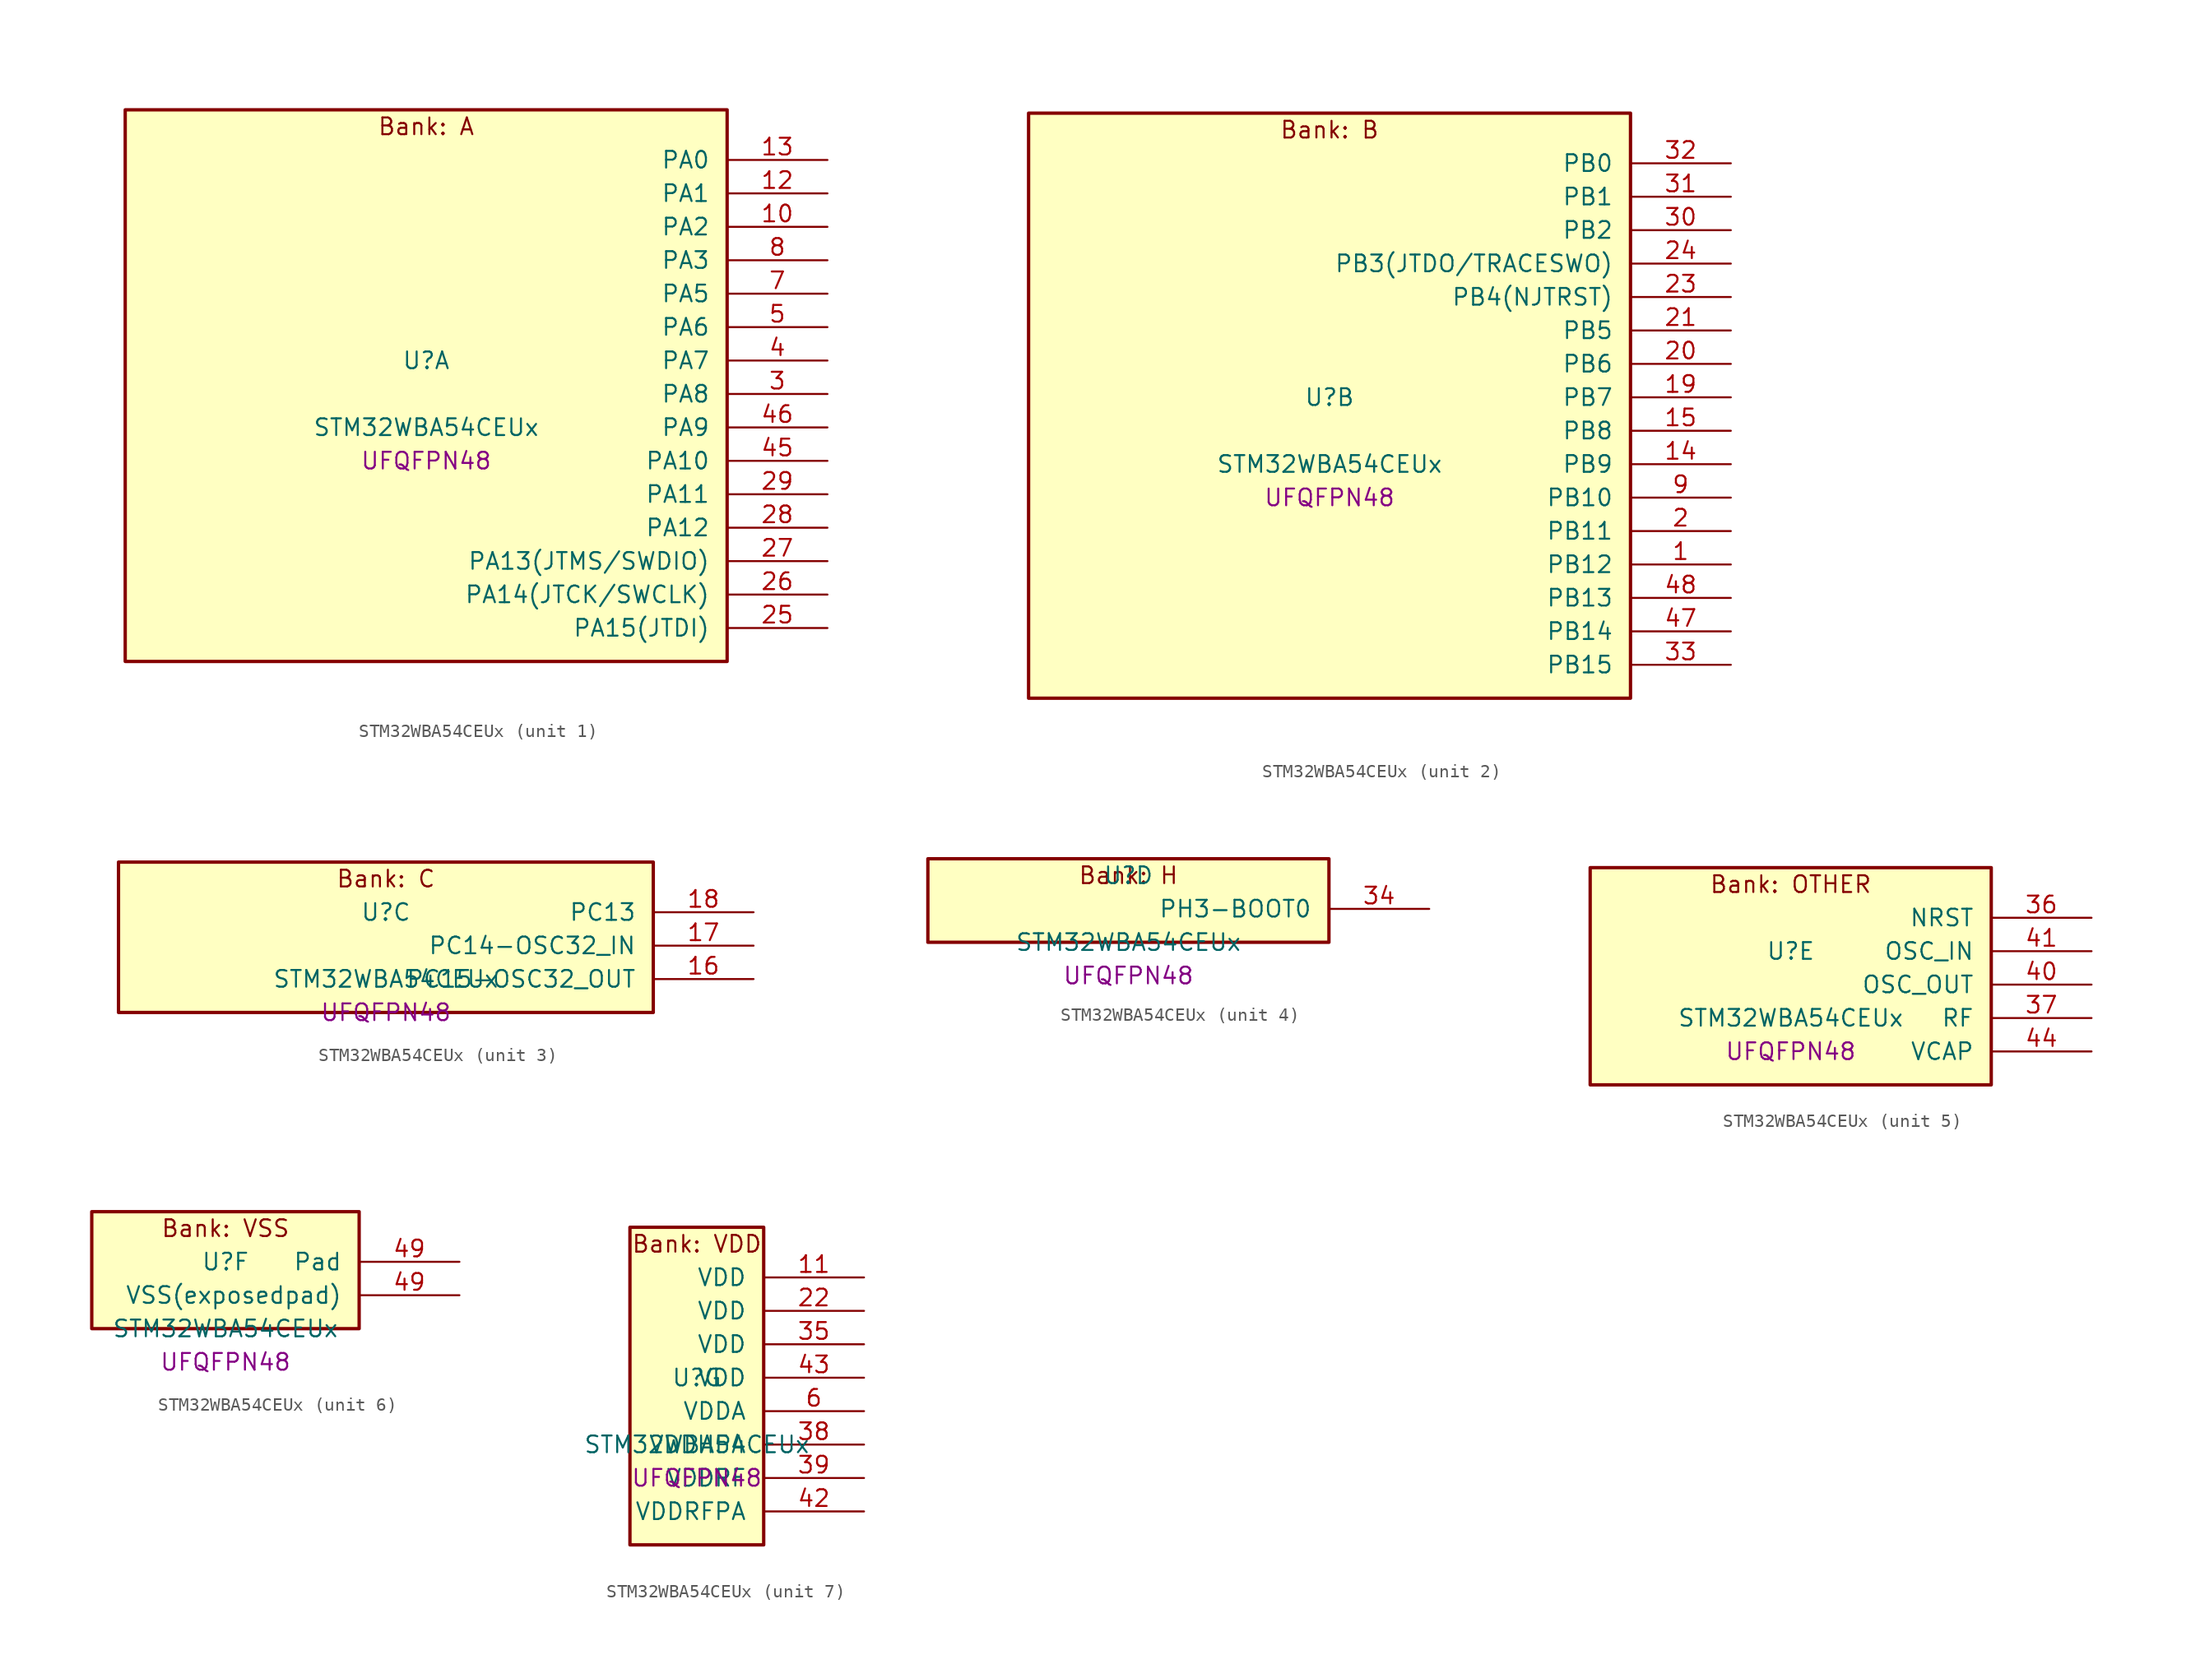
<source format=kicad_sym>
(kicad_symbol_lib
  (version 20241209)
  (generator "stm32_pkl_generator")
  (generator_version "1.0")
  (symbol "STM32WBA54CEUx"
    (pin_names
      (offset 1.27))
    (property "Reference" "U"
      (at 0 2.54 0))
    (property "Value" "STM32WBA54CEUx"
      (at 0 -2.54 0))
    (property "Footprint" "UFQFPN48"
      (at 0 -5.08 0))
    (symbol "STM32WBA54CEUx_1_1"
      (rectangle (start -22.86 21.59) (end 22.86 -20.32) (stroke (width 0.254) (type solid)) (fill (type background)))
      (text "Bank: A" (at 0 20.32 0))
      (pin bidirectional line (at 30.48 17.78 180) (length 7.62) (name "PA0") (number "13") (alternate "PA0/ADC4_IN9" bidirectional line) (alternate "PA0/COMP2_INP" bidirectional line) (alternate "PA0/LPTIM1_IN1" bidirectional line) (alternate "PA0/LPUART1_CTS" bidirectional line) (alternate "PA0/PWR_WKUP1" bidirectional line) (alternate "PA0/SPI3_SCK" bidirectional line) (alternate "PA0/TIM1_CH2N" bidirectional line) (alternate "PA0/TIM3_CH3" bidirectional line) (alternate "PA0/TIM3_ETR" bidirectional line) (alternate "PA0/TSC_G2_IO2" bidirectional line))
      (pin bidirectional line (at 30.48 15.24 180) (length 7.62) (name "PA1") (number "12") (alternate "PA1/ADC4_IN8" bidirectional line) (alternate "PA1/COMP1_INM" bidirectional line) (alternate "PA1/LPTIM2_CH2" bidirectional line) (alternate "PA1/LPUART1_RX" bidirectional line) (alternate "PA1/PWR_WKUP3" bidirectional line) (alternate "PA1/SAI1_CK1" bidirectional line) (alternate "PA1/SPI1_RDY" bidirectional line) (alternate "PA1/TIM17_CH1" bidirectional line) (alternate "PA1/TIM1_CH1N" bidirectional line) (alternate "PA1/TIM3_CH2" bidirectional line) (alternate "PA1/TSC_G2_IO1" bidirectional line) (alternate "PA1/USART1_CK" bidirectional line))
      (pin bidirectional line (at 30.48 12.7 180) (length 7.62) (name "PA2") (number "10") (alternate "PA2/ADC4_IN7" bidirectional line) (alternate "PA2/COMP1_INP" bidirectional line) (alternate "PA2/LPUART1_TX" bidirectional line) (alternate "PA2/PWR_WKUP4" bidirectional line) (alternate "PA2/RCC_LSCO" bidirectional line) (alternate "PA2/SAI1_D1" bidirectional line) (alternate "PA2/TIM16_CH1" bidirectional line) (alternate "PA2/TIM1_BKIN" bidirectional line) (alternate "PA2/TIM3_CH1" bidirectional line) (alternate "PA2/TSC_G4_IO4" bidirectional line) (alternate "PA2/USART1_DE" bidirectional line) (alternate "PA2/USART1_RTS" bidirectional line))
      (pin bidirectional line (at 30.48 10.16 180) (length 7.62) (name "PA3") (number "8") (alternate "PA3/ADC4_IN6" bidirectional line) (alternate "PA3/PWR_WKUP5" bidirectional line) (alternate "PA3/TIM16_CH1N" bidirectional line) (alternate "PA3/TSC_G4_IO2" bidirectional line) (alternate "PA3/USART1_DE" bidirectional line) (alternate "PA3/USART1_RTS" bidirectional line))
      (pin bidirectional line (at 30.48 7.62 180) (length 7.62) (name "PA5") (number "7") (alternate "PA5/ADC4_IN4" bidirectional line) (alternate "PA5/AUDIOCLK" bidirectional line) (alternate "PA5/LPTIM2_ETR" bidirectional line) (alternate "PA5/PWR_CSLEEP" bidirectional line) (alternate "PA5/PWR_WKUP6" bidirectional line) (alternate "PA5/SAI1_D2" bidirectional line) (alternate "PA5/SPI3_NSS" bidirectional line) (alternate "PA5/TIM2_CH1" bidirectional line) (alternate "PA5/TIM2_ETR" bidirectional line) (alternate "PA5/TSC_G1_IO4" bidirectional line) (alternate "PA5/USART1_CK" bidirectional line))
      (pin bidirectional line (at 30.48 5.08 180) (length 7.62) (name "PA6") (number "5") (alternate "PA6/ADC4_IN3" bidirectional line) (alternate "PA6/I2C3_SCL" bidirectional line) (alternate "PA6/PWR_CSTOP" bidirectional line) (alternate "PA6/PWR_WKUP7" bidirectional line) (alternate "PA6/SAI1_CK2" bidirectional line) (alternate "PA6/SAI1_MCLK_A" bidirectional line) (alternate "PA6/SPI3_RDY" bidirectional line) (alternate "PA6/TIM2_CH4" bidirectional line) (alternate "PA6/TSC_G1_IO3" bidirectional line) (alternate "PA6/USART1_DE" bidirectional line) (alternate "PA6/USART1_RTS" bidirectional line))
      (pin bidirectional line (at 30.48 2.54 180) (length 7.62) (name "PA7") (number "4") (alternate "PA7/ADC4_IN2" bidirectional line) (alternate "PA7/COMP1_OUT" bidirectional line) (alternate "PA7/I2C3_SDA" bidirectional line) (alternate "PA7/PWR_WKUP8" bidirectional line) (alternate "PA7/SAI1_SCK_A" bidirectional line) (alternate "PA7/TAMP_IN1" bidirectional line) (alternate "PA7/TAMP_OUT2" bidirectional line) (alternate "PA7/TIM2_CH3" bidirectional line) (alternate "PA7/TSC_G1_IO2" bidirectional line) (alternate "PA7/USART1_CTS" bidirectional line))
      (pin bidirectional line (at 30.48 0 180) (length 7.62) (name "PA8") (number "3") (alternate "PA8/ADC4_IN1" bidirectional line) (alternate "PA8/LPTIM1_CH2" bidirectional line) (alternate "PA8/RCC_MCO" bidirectional line) (alternate "PA8/SAI1_FS_A" bidirectional line) (alternate "PA8/SPI3_RDY" bidirectional line) (alternate "PA8/TIM2_CH2" bidirectional line) (alternate "PA8/TSC_G1_IO1" bidirectional line) (alternate "PA8/USART1_RX" bidirectional line))
      (pin bidirectional line (at 30.48 -2.54 180) (length 7.62) (name "PA9") (number "46") (alternate "PA9/LPUART1_DE" bidirectional line) (alternate "PA9/LPUART1_RTS" bidirectional line) (alternate "PA9/SAI1_CK1" bidirectional line) (alternate "PA9/TIM3_CH2" bidirectional line))
      (pin bidirectional line (at 30.48 -5.08 180) (length 7.62) (name "PA10") (number "45") (alternate "PA10/LPUART1_RX" bidirectional line) (alternate "PA10/SAI1_D1" bidirectional line) (alternate "PA10/TIM3_CH1" bidirectional line))
      (pin bidirectional line (at 30.48 -7.62 180) (length 7.62) (name "PA11") (number "29") (alternate "PA11/LPTIM2_CH1" bidirectional line) (alternate "PA11/RF_ANTSW1" bidirectional line) (alternate "PA11/TIM1_CH1" bidirectional line) (alternate "PA11/USART2_RX" bidirectional line))
      (pin bidirectional line (at 30.48 -10.16 180) (length 7.62) (name "PA12") (number "28") (alternate "PA12/COMP2_OUT" bidirectional line) (alternate "PA12/PTA_STATUS" bidirectional line) (alternate "PA12/PWR_WKUP6" bidirectional line) (alternate "PA12/RF_ANTSW0" bidirectional line) (alternate "PA12/SPI1_NSS" bidirectional line) (alternate "PA12/TIM1_CH2" bidirectional line) (alternate "PA12/TSC_G3_IO4" bidirectional line) (alternate "PA12/USART2_TX" bidirectional line))
      (pin bidirectional line (at 30.48 -12.7 180) (length 7.62) (name "PA13(JTMS/SWDIO)") (number "27") (alternate "PA13(JTMS/SWDIO)/DEBUG_JTMS-SWDIO" bidirectional line) (alternate "PA13(JTMS/SWDIO)/IR_OUT" bidirectional line) (alternate "PA13(JTMS/SWDIO)/PTA_PRIORITY" bidirectional line))
      (pin bidirectional line (at 30.48 -15.24 180) (length 7.62) (name "PA14(JTCK/SWCLK)") (number "26") (alternate "PA14(JTCK/SWCLK)/COMP2_OUT" bidirectional line) (alternate "PA14(JTCK/SWCLK)/DEBUG_JTCK-SWCLK" bidirectional line) (alternate "PA14(JTCK/SWCLK)/PTA_STATUS" bidirectional line) (alternate "PA14(JTCK/SWCLK)/TAMP_IN3" bidirectional line) (alternate "PA14(JTCK/SWCLK)/TAMP_OUT6" bidirectional line) (alternate "PA14(JTCK/SWCLK)/USART2_TX" bidirectional line))
      (pin bidirectional line (at 30.48 -17.78 180) (length 7.62) (name "PA15(JTDI)") (number "25") (alternate "PA15(JTDI)/ADC4_EXTI15" bidirectional line) (alternate "PA15(JTDI)/DEBUG_JTDI" bidirectional line) (alternate "PA15(JTDI)/I2C1_SCL" bidirectional line) (alternate "PA15(JTDI)/LPTIM1_CH2" bidirectional line) (alternate "PA15(JTDI)/PTA_STATUS" bidirectional line) (alternate "PA15(JTDI)/SPI1_MOSI" bidirectional line) (alternate "PA15(JTDI)/TIM17_BKIN" bidirectional line) (alternate "PA15(JTDI)/TIM1_ETR" bidirectional line) (alternate "PA15(JTDI)/TSC_G3_IO3" bidirectional line) (alternate "PA15(JTDI)/USART2_DE" bidirectional line) (alternate "PA15(JTDI)/USART2_RTS" bidirectional line)))
    (symbol "STM32WBA54CEUx_2_1"
      (rectangle (start -22.86 24.13) (end 22.86 -20.32) (stroke (width 0.254) (type solid)) (fill (type background)))
      (text "Bank: B" (at 0 22.86 0))
      (pin bidirectional line (at 30.48 20.32 180) (length 7.62) (name "PB0") (number "32") (alternate "PB0/LPTIM2_IN2" bidirectional line) (alternate "PB0/TIM1_CH3N" bidirectional line) (alternate "PB0/USART2_TX" bidirectional line))
      (pin bidirectional line (at 30.48 17.78 180) (length 7.62) (name "PB1") (number "31") (alternate "PB1/I2C1_SDA" bidirectional line) (alternate "PB1/I2C3_SDA" bidirectional line) (alternate "PB1/PWR_WKUP4" bidirectional line) (alternate "PB1/TIM1_CH2N" bidirectional line) (alternate "PB1/USART2_DE" bidirectional line) (alternate "PB1/USART2_RTS" bidirectional line))
      (pin bidirectional line (at 30.48 15.24 180) (length 7.62) (name "PB2") (number "30") (alternate "PB2/I2C1_SCL" bidirectional line) (alternate "PB2/I2C3_SCL" bidirectional line) (alternate "PB2/PWR_WKUP1" bidirectional line) (alternate "PB2/RF_ANTSW2" bidirectional line) (alternate "PB2/RTC_OUT2" bidirectional line) (alternate "PB2/TIM1_CH1N" bidirectional line) (alternate "PB2/USART2_CTS" bidirectional line))
      (pin bidirectional line (at 30.48 12.7 180) (length 7.62) (name "PB3(JTDO/TRACESWO)") (number "24") (alternate "PB3(JTDO/TRACESWO)/DEBUG_JTDO-SWO" bidirectional line) (alternate "PB3(JTDO/TRACESWO)/I2C1_SDA" bidirectional line) (alternate "PB3(JTDO/TRACESWO)/LPTIM1_IN2" bidirectional line) (alternate "PB3(JTDO/TRACESWO)/PTA_ACTIVE" bidirectional line) (alternate "PB3(JTDO/TRACESWO)/SPI1_MISO" bidirectional line) (alternate "PB3(JTDO/TRACESWO)/TIM17_CH1N" bidirectional line) (alternate "PB3(JTDO/TRACESWO)/TIM1_CH4" bidirectional line) (alternate "PB3(JTDO/TRACESWO)/TSC_G3_IO2" bidirectional line) (alternate "PB3(JTDO/TRACESWO)/USART2_CK" bidirectional line))
      (pin bidirectional line (at 30.48 10.16 180) (length 7.62) (name "PB4(NJTRST)") (number "23") (alternate "PB4(NJTRST)/DEBUG_JTRST" bidirectional line) (alternate "PB4(NJTRST)/LPTIM2_IN2" bidirectional line) (alternate "PB4(NJTRST)/PTA_ACTIVE" bidirectional line) (alternate "PB4(NJTRST)/PTA_PRIORITY" bidirectional line) (alternate "PB4(NJTRST)/SAI1_MCLK_B" bidirectional line) (alternate "PB4(NJTRST)/SPI1_SCK" bidirectional line) (alternate "PB4(NJTRST)/TIM17_CH1" bidirectional line) (alternate "PB4(NJTRST)/TIM1_CH3" bidirectional line) (alternate "PB4(NJTRST)/TSC_G3_IO1" bidirectional line) (alternate "PB4(NJTRST)/USART2_RX" bidirectional line))
      (pin bidirectional line (at 30.48 7.62 180) (length 7.62) (name "PB5") (number "21") (alternate "PB5/LPUART1_TX" bidirectional line) (alternate "PB5/SAI1_D2" bidirectional line) (alternate "PB5/SAI1_FS_B" bidirectional line) (alternate "PB5/TIM3_CH1" bidirectional line) (alternate "PB5/TSC_G5_IO4" bidirectional line))
      (pin bidirectional line (at 30.48 5.08 180) (length 7.62) (name "PB6") (number "20") (alternate "PB6/PWR_WKUP3" bidirectional line) (alternate "PB6/SAI1_SCK_B" bidirectional line) (alternate "PB6/TIM2_CH1" bidirectional line) (alternate "PB6/TIM2_ETR" bidirectional line) (alternate "PB6/TSC_G5_IO3" bidirectional line))
      (pin bidirectional line (at 30.48 2.54 180) (length 7.62) (name "PB7") (number "19") (alternate "PB7/PWR_WKUP5" bidirectional line) (alternate "PB7/SAI1_SD_B" bidirectional line) (alternate "PB7/TAMP_IN5" bidirectional line) (alternate "PB7/TAMP_OUT4" bidirectional line) (alternate "PB7/TIM1_CH4N" bidirectional line) (alternate "PB7/TSC_G5_IO2" bidirectional line))
      (pin bidirectional line (at 30.48 0 180) (length 7.62) (name "PB8") (number "15") (alternate "PB8/COMP1_OUT" bidirectional line) (alternate "PB8/LPTIM1_ETR" bidirectional line) (alternate "PB8/PWR_PVD_IN" bidirectional line) (alternate "PB8/SPI3_MOSI" bidirectional line) (alternate "PB8/TIM16_CH1N" bidirectional line) (alternate "PB8/TIM1_CH1" bidirectional line) (alternate "PB8/TIM3_ETR" bidirectional line) (alternate "PB8/TSC_G2_IO4" bidirectional line) (alternate "PB8/USART2_RX" bidirectional line))
      (pin bidirectional line (at 30.48 -2.54 180) (length 7.62) (name "PB9") (number "14") (alternate "PB9/ADC4_IN10" bidirectional line) (alternate "PB9/COMP2_INM" bidirectional line) (alternate "PB9/IR_OUT" bidirectional line) (alternate "PB9/LPTIM2_IN1" bidirectional line) (alternate "PB9/LPUART1_DE" bidirectional line) (alternate "PB9/LPUART1_RTS" bidirectional line) (alternate "PB9/PWR_WKUP8" bidirectional line) (alternate "PB9/SPI3_MISO" bidirectional line) (alternate "PB9/TIM16_CH1" bidirectional line) (alternate "PB9/TIM1_CH3N" bidirectional line) (alternate "PB9/TIM3_CH4" bidirectional line) (alternate "PB9/TSC_G2_IO3" bidirectional line))
      (pin bidirectional line (at 30.48 -5.08 180) (length 7.62) (name "PB10") (number "9") (alternate "PB10/TIM16_BKIN" bidirectional line) (alternate "PB10/TSC_G4_IO3" bidirectional line) (alternate "PB10/USART1_CK" bidirectional line))
      (pin bidirectional line (at 30.48 -7.62 180) (length 7.62) (name "PB11") (number "2") (alternate "PB11/LPTIM1_CH1" bidirectional line) (alternate "PB11/LPTIM1_ETR" bidirectional line) (alternate "PB11/LPUART1_TX" bidirectional line))
      (pin bidirectional line (at 30.48 -10.16 180) (length 7.62) (name "PB12") (number "1") (alternate "PB12/SAI1_SD_A" bidirectional line) (alternate "PB12/SPI1_RDY" bidirectional line) (alternate "PB12/TIM2_CH1" bidirectional line) (alternate "PB12/TIM2_ETR" bidirectional line) (alternate "PB12/TIM3_ETR" bidirectional line) (alternate "PB12/TSC_SYNC" bidirectional line) (alternate "PB12/USART1_TX" bidirectional line))
      (pin bidirectional line (at 30.48 -12.7 180) (length 7.62) (name "PB13") (number "48") (alternate "PB13/TIM3_CH4" bidirectional line) (alternate "PB13/TSC_G6_IO2" bidirectional line))
      (pin bidirectional line (at 30.48 -15.24 180) (length 7.62) (name "PB14") (number "47") (alternate "PB14/PWR_WKUP7" bidirectional line) (alternate "PB14/RTC_REFIN" bidirectional line) (alternate "PB14/SAI1_SD_A" bidirectional line) (alternate "PB14/TIM3_CH3" bidirectional line) (alternate "PB14/TSC_G6_IO1" bidirectional line) (alternate "PB14/USART1_TX" bidirectional line))
      (pin bidirectional line (at 30.48 -17.78 180) (length 7.62) (name "PB15") (number "33") (alternate "PB15/ADC4_EXTI15" bidirectional line) (alternate "PB15/I2C1_SMBA" bidirectional line) (alternate "PB15/I2C3_SMBA" bidirectional line) (alternate "PB15/LPUART1_CTS" bidirectional line) (alternate "PB15/PTA_GRANT" bidirectional line) (alternate "PB15/RF_EXTPABYP" bidirectional line) (alternate "PB15/TIM16_BKIN" bidirectional line) (alternate "PB15/TIM1_BKIN2" bidirectional line) (alternate "PB15/USART2_CTS" bidirectional line)))
    (symbol "STM32WBA54CEUx_3_1"
      (rectangle (start -20.32 6.35) (end 20.32 -5.08) (stroke (width 0.254) (type solid)) (fill (type background)))
      (text "Bank: C" (at 0 5.08 0))
      (pin bidirectional line (at 27.94 2.54 180) (length 7.62) (name "PC13") (number "18") (alternate "PC13/PWR_WKUP2" bidirectional line) (alternate "PC13/RTC_OUT1" bidirectional line) (alternate "PC13/RTC_TS" bidirectional line) (alternate "PC13/TAMP_IN4" bidirectional line) (alternate "PC13/TAMP_OUT5" bidirectional line) (alternate "PC13/TIM1_BKIN2" bidirectional line) (alternate "PC13/TSC_G5_IO1" bidirectional line))
      (pin bidirectional line (at 27.94 0 180) (length 7.62) (name "PC14-OSC32_IN") (number "17") (alternate "PC14-OSC32_IN/RCC_OSC32_IN" bidirectional line))
      (pin bidirectional line (at 27.94 -2.54 180) (length 7.62) (name "PC15-OSC32_OUT") (number "16") (alternate "PC15-OSC32_OUT/ADC4_EXTI15" bidirectional line) (alternate "PC15-OSC32_OUT/RCC_OSC32_OUT" bidirectional line)))
    (symbol "STM32WBA54CEUx_4_1"
      (rectangle (start -15.24 3.81) (end 15.24 -2.54) (stroke (width 0.254) (type solid)) (fill (type background)))
      (text "Bank: H" (at 0 2.54 0))
      (pin bidirectional line (at 22.86 0 180) (length 7.62) (name "PH3-BOOT0") (number "34") (alternate "PH3-BOOT0/PTA_GRANT" bidirectional line) (alternate "PH3-BOOT0/RF_EXTPABYP" bidirectional line) (alternate "PH3-BOOT0/TAMP_IN2" bidirectional line) (alternate "PH3-BOOT0/TAMP_OUT1" bidirectional line)))
    (symbol "STM32WBA54CEUx_5_1"
      (rectangle (start -15.24 8.89) (end 15.24 -7.62) (stroke (width 0.254) (type solid)) (fill (type background)))
      (text "Bank: OTHER" (at 0 7.62 0))
      (pin input line (at 22.86 5.08 180) (length 7.62) (name "NRST") (number "36"))
      (pin bidirectional line (at 22.86 2.54 180) (length 7.62) (name "OSC_IN") (number "41") (alternate "OSC_IN/RCC_OSC_IN" bidirectional line))
      (pin bidirectional line (at 22.86 0 180) (length 7.62) (name "OSC_OUT") (number "40") (alternate "OSC_OUT/RCC_OSC_OUT" bidirectional line))
      (pin bidirectional line (at 22.86 -2.54 180) (length 7.62) (name "RF") (number "37"))
      (pin power_in line (at 22.86 -5.08 180) (length 7.62) (name "VCAP") (number "44")))
    (symbol "STM32WBA54CEUx_6_1"
      (rectangle (start -10.16 6.35) (end 10.16 -2.54) (stroke (width 0.254) (type solid)) (fill (type background)))
      (text "Bank: VSS" (at 0 5.08 0))
      (pin passive line (at 17.78 2.54 180) (length 7.62) (name "Pad") (number "49"))
      (pin power_in line (at 17.78 0 180) (length 7.62) (name "VSS(exposedpad)") (number "49")))
    (symbol "STM32WBA54CEUx_7_1"
      (rectangle (start -5.08 13.97) (end 5.08 -10.16) (stroke (width 0.254) (type solid)) (fill (type background)))
      (text "Bank: VDD" (at 0 12.7 0))
      (pin power_in line (at 12.7 10.16 180) (length 7.62) (name "VDD") (number "11"))
      (pin power_in line (at 12.7 7.62 180) (length 7.62) (name "VDD") (number "22"))
      (pin power_in line (at 12.7 5.08 180) (length 7.62) (name "VDD") (number "35"))
      (pin power_in line (at 12.7 2.54 180) (length 7.62) (name "VDD") (number "43"))
      (pin power_in line (at 12.7 0 180) (length 7.62) (name "VDDA") (number "6"))
      (pin power_in line (at 12.7 -2.54 180) (length 7.62) (name "VDDHPA") (number "38"))
      (pin power_in line (at 12.7 -5.08 180) (length 7.62) (name "VDDRF") (number "39"))
      (pin power_in line (at 12.7 -7.62 180) (length 7.62) (name "VDDRFPA") (number "42")))))
</source>
